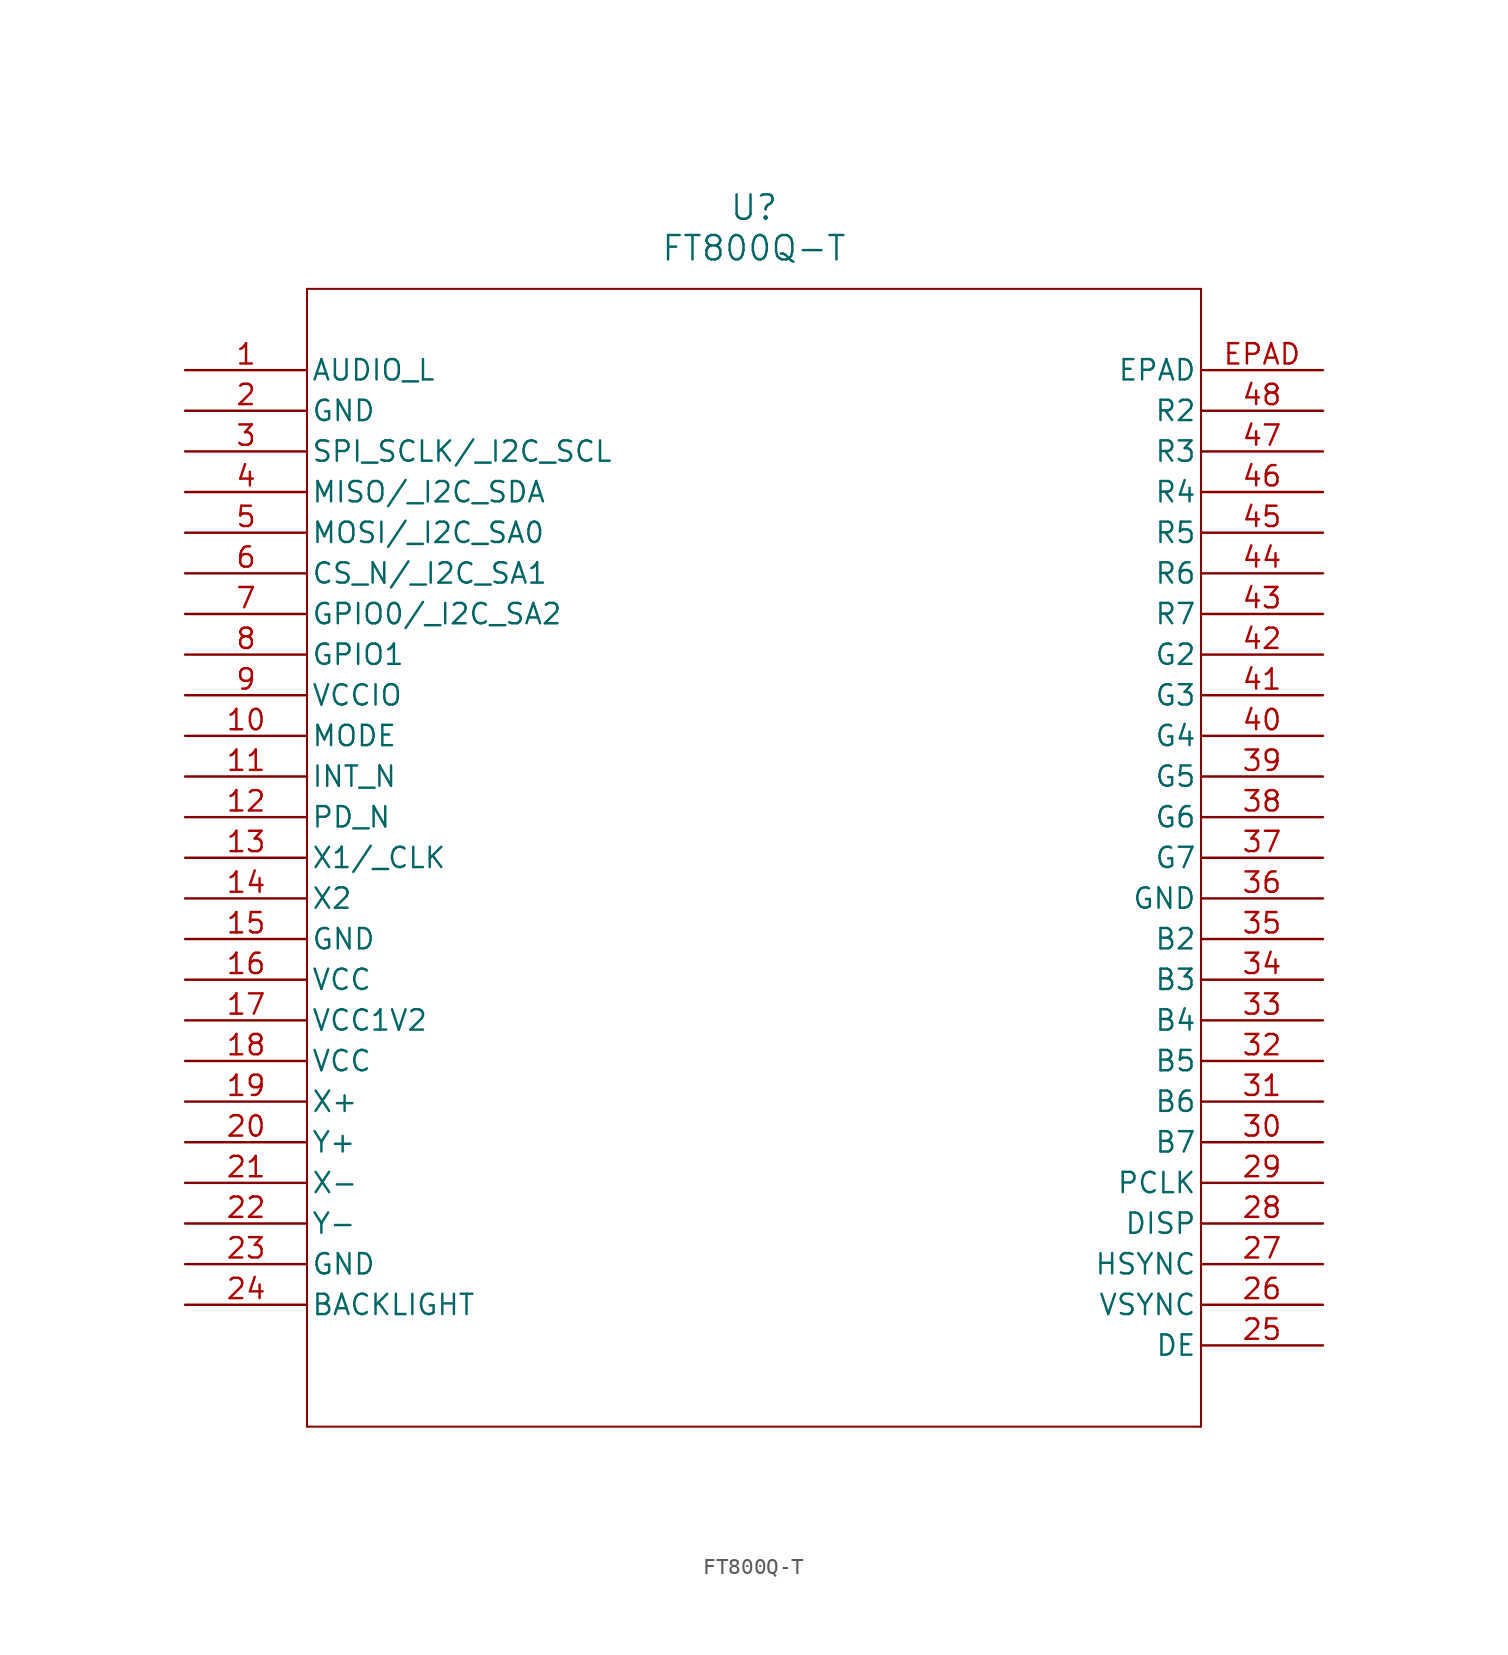
<source format=kicad_sym>
(kicad_symbol_lib
  (version 20211014)
  (generator kicad_symbol_editor)
  (symbol "FT800Q-T"
    (pin_names
      (offset 0.254))
    (property "Reference" "U"
      (at 35.56 10.16 0)
      (effects (font (size 1.524 1.524))))
    (property "Value" "FT800Q-T"
      (at 35.56 7.62 0)
      (effects (font (size 1.524 1.524))))
    (symbol "FT800Q-T_0_1"
      (polyline (pts (xy 7.62 5.08) (xy 7.62 -66.04)) (stroke (width 0.127) (type default) (color 0 0 0 0)) (fill (type none)))
      (polyline (pts (xy 7.62 -66.04) (xy 63.5 -66.04)) (stroke (width 0.127) (type default) (color 0 0 0 0)) (fill (type none)))
      (polyline (pts (xy 63.5 -66.04) (xy 63.5 5.08)) (stroke (width 0.127) (type default) (color 0 0 0 0)) (fill (type none)))
      (polyline (pts (xy 63.5 5.08) (xy 7.62 5.08)) (stroke (width 0.127) (type default) (color 0 0 0 0)) (fill (type none)))
      (pin output line (at 0 0 0) (length 7.62) (name "AUDIO_L" (effects (font (size 1.27 1.27)))) (number "1" (effects (font (size 1.27 1.27)))))
      (pin power_out line (at 0 -2.54 0) (length 7.62) (name "GND" (effects (font (size 1.27 1.27)))) (number "2" (effects (font (size 1.27 1.27)))))
      (pin input line (at 0 -5.08 0) (length 7.62) (name "SPI_SCLK/ I2C_SCL" (effects (font (size 1.27 1.27)))) (number "3" (effects (font (size 1.27 1.27)))))
      (pin bidirectional line (at 0 -7.62 0) (length 7.62) (name "MISO/ I2C_SDA" (effects (font (size 1.27 1.27)))) (number "4" (effects (font (size 1.27 1.27)))))
      (pin input line (at 0 -10.16 0) (length 7.62) (name "MOSI/ I2C_SA0" (effects (font (size 1.27 1.27)))) (number "5" (effects (font (size 1.27 1.27)))))
      (pin input line (at 0 -12.7 0) (length 7.62) (name "CS_N/ I2C_SA1" (effects (font (size 1.27 1.27)))) (number "6" (effects (font (size 1.27 1.27)))))
      (pin bidirectional line (at 0 -15.24 0) (length 7.62) (name "GPIO0/ I2C_SA2" (effects (font (size 1.27 1.27)))) (number "7" (effects (font (size 1.27 1.27)))))
      (pin bidirectional line (at 0 -17.78 0) (length 7.62) (name "GPIO1" (effects (font (size 1.27 1.27)))) (number "8" (effects (font (size 1.27 1.27)))))
      (pin power_in line (at 0 -20.32 0) (length 7.62) (name "VCCIO" (effects (font (size 1.27 1.27)))) (number "9" (effects (font (size 1.27 1.27)))))
      (pin input line (at 0 -22.86 0) (length 7.62) (name "MODE" (effects (font (size 1.27 1.27)))) (number "10" (effects (font (size 1.27 1.27)))))
      (pin output line (at 0 -25.4 0) (length 7.62) (name "INT_N" (effects (font (size 1.27 1.27)))) (number "11" (effects (font (size 1.27 1.27)))))
      (pin input line (at 0 -27.94 0) (length 7.62) (name "PD_N" (effects (font (size 1.27 1.27)))) (number "12" (effects (font (size 1.27 1.27)))))
      (pin input line (at 0 -30.48 0) (length 7.62) (name "X1/ CLK" (effects (font (size 1.27 1.27)))) (number "13" (effects (font (size 1.27 1.27)))))
      (pin output line (at 0 -33.02 0) (length 7.62) (name "X2" (effects (font (size 1.27 1.27)))) (number "14" (effects (font (size 1.27 1.27)))))
      (pin power_out line (at 0 -35.56 0) (length 7.62) (name "GND" (effects (font (size 1.27 1.27)))) (number "15" (effects (font (size 1.27 1.27)))))
      (pin power_in line (at 0 -38.1 0) (length 7.62) (name "VCC" (effects (font (size 1.27 1.27)))) (number "16" (effects (font (size 1.27 1.27)))))
      (pin power_in line (at 0 -40.64 0) (length 7.62) (name "VCC1V2" (effects (font (size 1.27 1.27)))) (number "17" (effects (font (size 1.27 1.27)))))
      (pin power_in line (at 0 -43.18 0) (length 7.62) (name "VCC" (effects (font (size 1.27 1.27)))) (number "18" (effects (font (size 1.27 1.27)))))
      (pin output line (at 0 -45.72 0) (length 7.62) (name "X+" (effects (font (size 1.27 1.27)))) (number "19" (effects (font (size 1.27 1.27)))))
      (pin bidirectional line (at 0 -48.26 0) (length 7.62) (name "Y+" (effects (font (size 1.27 1.27)))) (number "20" (effects (font (size 1.27 1.27)))))
      (pin bidirectional line (at 0 -50.8 0) (length 7.62) (name "X-" (effects (font (size 1.27 1.27)))) (number "21" (effects (font (size 1.27 1.27)))))
      (pin bidirectional line (at 0 -53.34 0) (length 7.62) (name "Y-" (effects (font (size 1.27 1.27)))) (number "22" (effects (font (size 1.27 1.27)))))
      (pin power_out line (at 0 -55.88 0) (length 7.62) (name "GND" (effects (font (size 1.27 1.27)))) (number "23" (effects (font (size 1.27 1.27)))))
      (pin output line (at 0 -58.42 0) (length 7.62) (name "BACKLIGHT" (effects (font (size 1.27 1.27)))) (number "24" (effects (font (size 1.27 1.27)))))
      (pin output line (at 71.12 -60.96 180) (length 7.62) (name "DE" (effects (font (size 1.27 1.27)))) (number "25" (effects (font (size 1.27 1.27)))))
      (pin output line (at 71.12 -58.42 180) (length 7.62) (name "VSYNC" (effects (font (size 1.27 1.27)))) (number "26" (effects (font (size 1.27 1.27)))))
      (pin output line (at 71.12 -55.88 180) (length 7.62) (name "HSYNC" (effects (font (size 1.27 1.27)))) (number "27" (effects (font (size 1.27 1.27)))))
      (pin output line (at 71.12 -53.34 180) (length 7.62) (name "DISP" (effects (font (size 1.27 1.27)))) (number "28" (effects (font (size 1.27 1.27)))))
      (pin output line (at 71.12 -50.8 180) (length 7.62) (name "PCLK" (effects (font (size 1.27 1.27)))) (number "29" (effects (font (size 1.27 1.27)))))
      (pin output line (at 71.12 -48.26 180) (length 7.62) (name "B7" (effects (font (size 1.27 1.27)))) (number "30" (effects (font (size 1.27 1.27)))))
      (pin output line (at 71.12 -45.72 180) (length 7.62) (name "B6" (effects (font (size 1.27 1.27)))) (number "31" (effects (font (size 1.27 1.27)))))
      (pin output line (at 71.12 -43.18 180) (length 7.62) (name "B5" (effects (font (size 1.27 1.27)))) (number "32" (effects (font (size 1.27 1.27)))))
      (pin output line (at 71.12 -40.64 180) (length 7.62) (name "B4" (effects (font (size 1.27 1.27)))) (number "33" (effects (font (size 1.27 1.27)))))
      (pin output line (at 71.12 -38.1 180) (length 7.62) (name "B3" (effects (font (size 1.27 1.27)))) (number "34" (effects (font (size 1.27 1.27)))))
      (pin output line (at 71.12 -35.56 180) (length 7.62) (name "B2" (effects (font (size 1.27 1.27)))) (number "35" (effects (font (size 1.27 1.27)))))
      (pin power_out line (at 71.12 -33.02 180) (length 7.62) (name "GND" (effects (font (size 1.27 1.27)))) (number "36" (effects (font (size 1.27 1.27)))))
      (pin output line (at 71.12 -30.48 180) (length 7.62) (name "G7" (effects (font (size 1.27 1.27)))) (number "37" (effects (font (size 1.27 1.27)))))
      (pin output line (at 71.12 -27.94 180) (length 7.62) (name "G6" (effects (font (size 1.27 1.27)))) (number "38" (effects (font (size 1.27 1.27)))))
      (pin output line (at 71.12 -25.4 180) (length 7.62) (name "G5" (effects (font (size 1.27 1.27)))) (number "39" (effects (font (size 1.27 1.27)))))
      (pin output line (at 71.12 -22.86 180) (length 7.62) (name "G4" (effects (font (size 1.27 1.27)))) (number "40" (effects (font (size 1.27 1.27)))))
      (pin output line (at 71.12 -20.32 180) (length 7.62) (name "G3" (effects (font (size 1.27 1.27)))) (number "41" (effects (font (size 1.27 1.27)))))
      (pin output line (at 71.12 -17.78 180) (length 7.62) (name "G2" (effects (font (size 1.27 1.27)))) (number "42" (effects (font (size 1.27 1.27)))))
      (pin output line (at 71.12 -15.24 180) (length 7.62) (name "R7" (effects (font (size 1.27 1.27)))) (number "43" (effects (font (size 1.27 1.27)))))
      (pin output line (at 71.12 -12.7 180) (length 7.62) (name "R6" (effects (font (size 1.27 1.27)))) (number "44" (effects (font (size 1.27 1.27)))))
      (pin output line (at 71.12 -10.16 180) (length 7.62) (name "R5" (effects (font (size 1.27 1.27)))) (number "45" (effects (font (size 1.27 1.27)))))
      (pin output line (at 71.12 -7.62 180) (length 7.62) (name "R4" (effects (font (size 1.27 1.27)))) (number "46" (effects (font (size 1.27 1.27)))))
      (pin output line (at 71.12 -5.08 180) (length 7.62) (name "R3" (effects (font (size 1.27 1.27)))) (number "47" (effects (font (size 1.27 1.27)))))
      (pin output line (at 71.12 -2.54 180) (length 7.62) (name "R2" (effects (font (size 1.27 1.27)))) (number "48" (effects (font (size 1.27 1.27)))))
      (pin power_out line (at 71.12 0 180) (length 7.62) (name "EPAD" (effects (font (size 1.27 1.27)))) (number "EPAD" (effects (font (size 1.27 1.27))))))))
</source>
